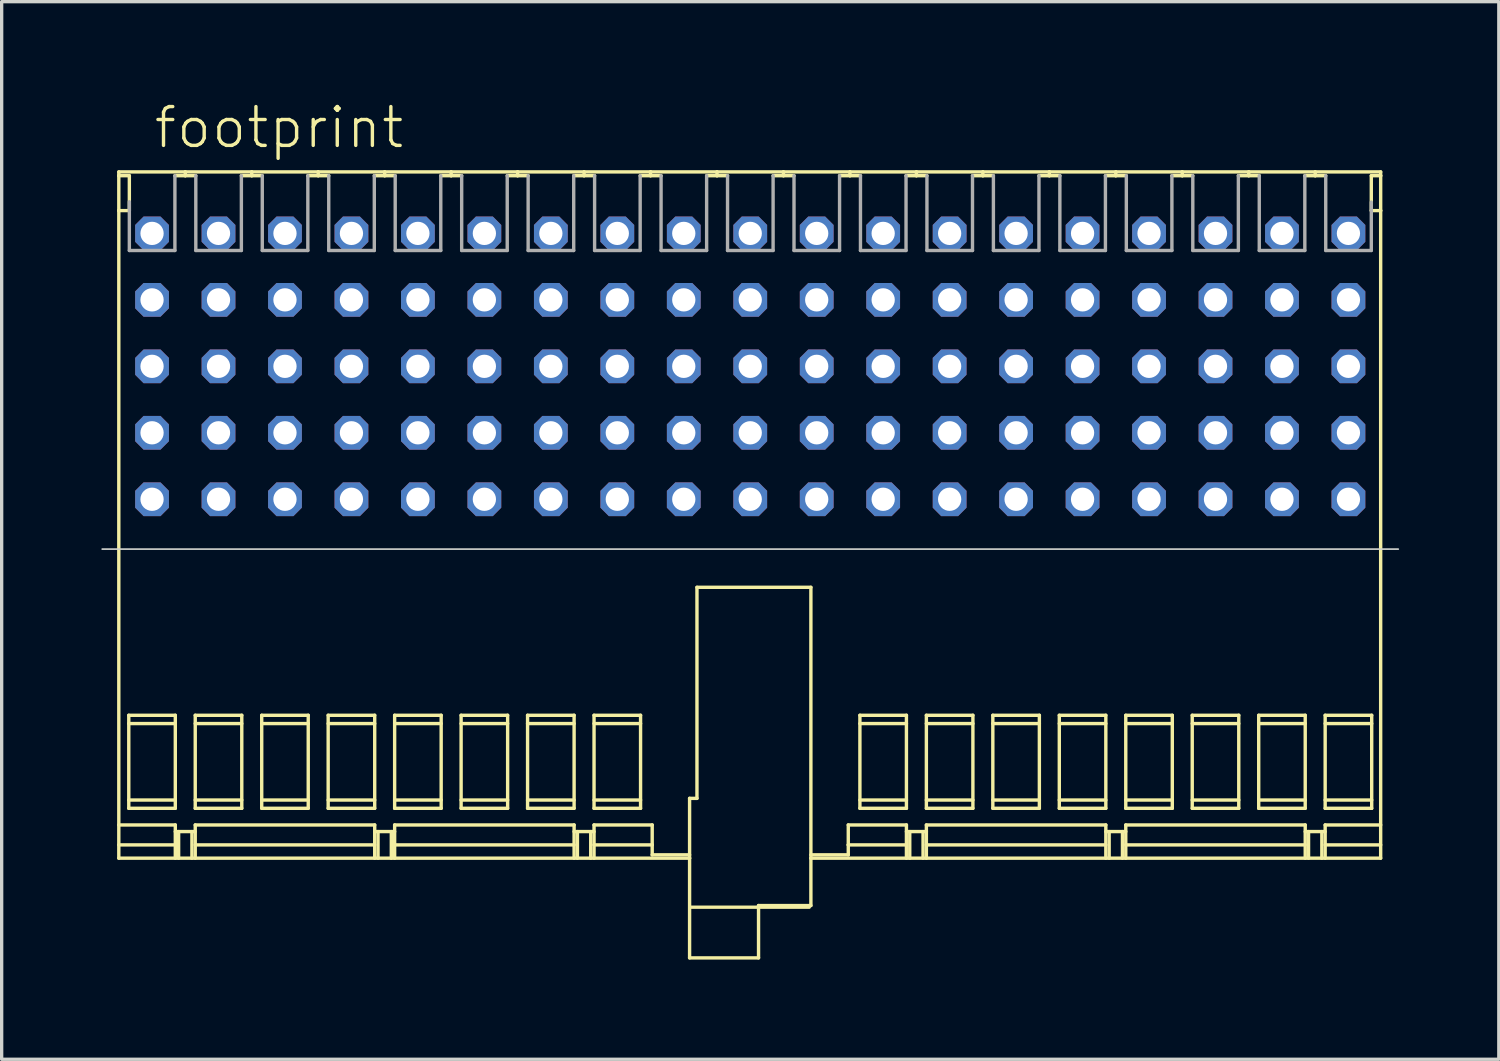
<source format=kicad_pcb>
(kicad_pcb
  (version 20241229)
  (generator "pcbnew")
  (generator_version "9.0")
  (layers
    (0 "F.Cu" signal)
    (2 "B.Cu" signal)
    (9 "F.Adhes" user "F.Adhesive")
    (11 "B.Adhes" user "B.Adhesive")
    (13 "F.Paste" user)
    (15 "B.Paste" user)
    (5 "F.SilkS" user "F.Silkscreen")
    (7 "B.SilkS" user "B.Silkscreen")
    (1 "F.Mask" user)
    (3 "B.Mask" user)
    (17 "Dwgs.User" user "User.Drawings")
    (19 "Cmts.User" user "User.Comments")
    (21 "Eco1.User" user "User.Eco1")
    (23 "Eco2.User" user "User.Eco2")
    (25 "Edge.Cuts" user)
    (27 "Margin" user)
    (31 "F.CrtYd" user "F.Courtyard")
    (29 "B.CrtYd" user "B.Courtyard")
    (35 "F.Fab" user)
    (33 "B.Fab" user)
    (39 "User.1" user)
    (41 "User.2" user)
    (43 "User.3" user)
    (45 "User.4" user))
  (footprint "footprint"
    (layer "F.Cu")
    (at 19.525 11.973)
    (property "Reference" "footprint" (at -18 -10.5 0) (layer "F.SilkS") (effects (font (size 1.168 1.168) (thickness 0.102)) (justify left bottom)))
    (fp_line (start -19 -9.85) (end -17 -9.85) (stroke (width 0.102) (type solid)) (layer "F.SilkS"))
    (fp_line (start -19 -9.736) (end -19 -9.85) (stroke (width 0.102) (type solid)) (layer "F.SilkS"))
    (fp_line (start -19 -9.736) (end -19 -8.686) (stroke (width 0.102) (type solid)) (layer "F.SilkS"))
    (fp_line (start -19 -8.686) (end -18.683 -8.686) (stroke (width 0.102) (type solid)) (layer "F.SilkS"))
    (fp_line (start -19 9.8) (end -17.3 9.8) (stroke (width 0.102) (type solid)) (layer "F.SilkS"))
    (fp_line (start -19 10.4) (end -17.3 10.4) (stroke (width 0.102) (type solid)) (layer "F.SilkS"))
    (fp_line (start -19 10.8) (end -19 -8.686) (stroke (width 0.102) (type solid)) (layer "F.SilkS"))
    (fp_line (start -18.7 6.5) (end -18.7 9.3) (stroke (width 0.102) (type solid)) (layer "F.SilkS"))
    (fp_line (start -18.7 6.75) (end -17.3 6.75) (stroke (width 0.102) (type solid)) (layer "F.SilkS"))
    (fp_line (start -18.7 9.05) (end -17.3 9.05) (stroke (width 0.102) (type solid)) (layer "F.SilkS"))
    (fp_line (start -18.7 9.3) (end -17.3 9.3) (stroke (width 0.102) (type solid)) (layer "F.SilkS"))
    (fp_line (start -18.683 -9.736) (end -19 -9.736) (stroke (width 0.102) (type solid)) (layer "F.SilkS"))
    (fp_line (start -18.683 -8.686) (end -18.683 -9.736) (stroke (width 0.102) (type solid)) (layer "F.SilkS"))
    (fp_line (start -17.3 6.5) (end -18.7 6.5) (stroke (width 0.102) (type solid)) (layer "F.SilkS"))
    (fp_line (start -17.3 9.3) (end -17.3 6.5) (stroke (width 0.102) (type solid)) (layer "F.SilkS"))
    (fp_line (start -17.3 9.8) (end -17.3 10.8) (stroke (width 0.102) (type solid)) (layer "F.SilkS"))
    (fp_line (start -17.3 10) (end -16.7 10) (stroke (width 0.102) (type solid)) (layer "F.SilkS"))
    (fp_line (start -17.2 10.8) (end -17.2 10) (stroke (width 0.102) (type solid)) (layer "F.SilkS"))
    (fp_line (start -17 -9.85) (end -17 -9.736) (stroke (width 0.102) (type solid)) (layer "F.SilkS"))
    (fp_line (start -17 -9.85) (end -15 -9.85) (stroke (width 0.102) (type solid)) (layer "F.SilkS"))
    (fp_line (start -17 -9.736) (end -17.312 -9.736) (stroke (width 0.102) (type solid)) (layer "F.SilkS"))
    (fp_line (start -16.8 10.8) (end -16.8 10) (stroke (width 0.102) (type solid)) (layer "F.SilkS"))
    (fp_line (start -16.7 6.5) (end -16.7 9.3) (stroke (width 0.102) (type solid)) (layer "F.SilkS"))
    (fp_line (start -16.7 6.75) (end -15.3 6.75) (stroke (width 0.102) (type solid)) (layer "F.SilkS"))
    (fp_line (start -16.7 9.05) (end -15.3 9.05) (stroke (width 0.102) (type solid)) (layer "F.SilkS"))
    (fp_line (start -16.7 9.3) (end -15.3 9.3) (stroke (width 0.102) (type solid)) (layer "F.SilkS"))
    (fp_line (start -16.7 9.8) (end -11.3 9.8) (stroke (width 0.102) (type solid)) (layer "F.SilkS"))
    (fp_line (start -16.7 10.4) (end -11.3 10.4) (stroke (width 0.102) (type solid)) (layer "F.SilkS"))
    (fp_line (start -16.7 10.8) (end -16.7 9.8) (stroke (width 0.102) (type solid)) (layer "F.SilkS"))
    (fp_line (start -16.683 -9.736) (end -17 -9.736) (stroke (width 0.102) (type solid)) (layer "F.SilkS"))
    (fp_line (start -15.3 6.5) (end -16.7 6.5) (stroke (width 0.102) (type solid)) (layer "F.SilkS"))
    (fp_line (start -15.3 9.3) (end -15.3 6.5) (stroke (width 0.102) (type solid)) (layer "F.SilkS"))
    (fp_line (start -15 -9.85) (end -15 -9.736) (stroke (width 0.102) (type solid)) (layer "F.SilkS"))
    (fp_line (start -15 -9.85) (end -13 -9.85) (stroke (width 0.102) (type solid)) (layer "F.SilkS"))
    (fp_line (start -15 -9.736) (end -15.312 -9.736) (stroke (width 0.102) (type solid)) (layer "F.SilkS"))
    (fp_line (start -14.7 6.5) (end -14.7 9.3) (stroke (width 0.102) (type solid)) (layer "F.SilkS"))
    (fp_line (start -14.7 6.75) (end -13.3 6.75) (stroke (width 0.102) (type solid)) (layer "F.SilkS"))
    (fp_line (start -14.7 9.05) (end -13.3 9.05) (stroke (width 0.102) (type solid)) (layer "F.SilkS"))
    (fp_line (start -14.7 9.3) (end -13.3 9.3) (stroke (width 0.102) (type solid)) (layer "F.SilkS"))
    (fp_line (start -14.683 -9.736) (end -15 -9.736) (stroke (width 0.102) (type solid)) (layer "F.SilkS"))
    (fp_line (start -13.3 6.5) (end -14.7 6.5) (stroke (width 0.102) (type solid)) (layer "F.SilkS"))
    (fp_line (start -13.3 9.3) (end -13.3 6.5) (stroke (width 0.102) (type solid)) (layer "F.SilkS"))
    (fp_line (start -13 -9.85) (end -13 -9.736) (stroke (width 0.102) (type solid)) (layer "F.SilkS"))
    (fp_line (start -13 -9.85) (end -11 -9.85) (stroke (width 0.102) (type solid)) (layer "F.SilkS"))
    (fp_line (start -13 -9.736) (end -13.312 -9.736) (stroke (width 0.102) (type solid)) (layer "F.SilkS"))
    (fp_line (start -12.7 6.5) (end -12.7 9.3) (stroke (width 0.102) (type solid)) (layer "F.SilkS"))
    (fp_line (start -12.7 6.75) (end -11.3 6.75) (stroke (width 0.102) (type solid)) (layer "F.SilkS"))
    (fp_line (start -12.7 9.05) (end -11.3 9.05) (stroke (width 0.102) (type solid)) (layer "F.SilkS"))
    (fp_line (start -12.7 9.3) (end -11.3 9.3) (stroke (width 0.102) (type solid)) (layer "F.SilkS"))
    (fp_line (start -12.683 -9.736) (end -13 -9.736) (stroke (width 0.102) (type solid)) (layer "F.SilkS"))
    (fp_line (start -11.3 6.5) (end -12.7 6.5) (stroke (width 0.102) (type solid)) (layer "F.SilkS"))
    (fp_line (start -11.3 9.3) (end -11.3 6.5) (stroke (width 0.102) (type solid)) (layer "F.SilkS"))
    (fp_line (start -11.3 9.8) (end -11.3 10.8) (stroke (width 0.102) (type solid)) (layer "F.SilkS"))
    (fp_line (start -11.3 10) (end -10.7 10) (stroke (width 0.102) (type solid)) (layer "F.SilkS"))
    (fp_line (start -11.2 10.8) (end -11.2 10) (stroke (width 0.102) (type solid)) (layer "F.SilkS"))
    (fp_line (start -11 -9.85) (end -11 -9.736) (stroke (width 0.102) (type solid)) (layer "F.SilkS"))
    (fp_line (start -11 -9.85) (end -9 -9.85) (stroke (width 0.102) (type solid)) (layer "F.SilkS"))
    (fp_line (start -11 -9.736) (end -11.312 -9.736) (stroke (width 0.102) (type solid)) (layer "F.SilkS"))
    (fp_line (start -10.8 10.8) (end -10.8 10) (stroke (width 0.102) (type solid)) (layer "F.SilkS"))
    (fp_line (start -10.7 6.5) (end -10.7 9.3) (stroke (width 0.102) (type solid)) (layer "F.SilkS"))
    (fp_line (start -10.7 6.75) (end -9.3 6.75) (stroke (width 0.102) (type solid)) (layer "F.SilkS"))
    (fp_line (start -10.7 9.05) (end -9.3 9.05) (stroke (width 0.102) (type solid)) (layer "F.SilkS"))
    (fp_line (start -10.7 9.3) (end -9.3 9.3) (stroke (width 0.102) (type solid)) (layer "F.SilkS"))
    (fp_line (start -10.7 9.8) (end -5.3 9.8) (stroke (width 0.102) (type solid)) (layer "F.SilkS"))
    (fp_line (start -10.7 10.4) (end -5.3 10.4) (stroke (width 0.102) (type solid)) (layer "F.SilkS"))
    (fp_line (start -10.7 10.8) (end -10.7 9.8) (stroke (width 0.102) (type solid)) (layer "F.SilkS"))
    (fp_line (start -10.683 -9.736) (end -11 -9.736) (stroke (width 0.102) (type solid)) (layer "F.SilkS"))
    (fp_line (start -9.3 6.5) (end -10.7 6.5) (stroke (width 0.102) (type solid)) (layer "F.SilkS"))
    (fp_line (start -9.3 9.3) (end -9.3 6.5) (stroke (width 0.102) (type solid)) (layer "F.SilkS"))
    (fp_line (start -9 -9.85) (end -9 -9.736) (stroke (width 0.102) (type solid)) (layer "F.SilkS"))
    (fp_line (start -9 -9.85) (end -7 -9.85) (stroke (width 0.102) (type solid)) (layer "F.SilkS"))
    (fp_line (start -9 -9.736) (end -9.312 -9.736) (stroke (width 0.102) (type solid)) (layer "F.SilkS"))
    (fp_line (start -8.7 6.5) (end -8.7 9.3) (stroke (width 0.102) (type solid)) (layer "F.SilkS"))
    (fp_line (start -8.7 6.75) (end -7.3 6.75) (stroke (width 0.102) (type solid)) (layer "F.SilkS"))
    (fp_line (start -8.7 9.05) (end -7.3 9.05) (stroke (width 0.102) (type solid)) (layer "F.SilkS"))
    (fp_line (start -8.7 9.3) (end -7.3 9.3) (stroke (width 0.102) (type solid)) (layer "F.SilkS"))
    (fp_line (start -8.683 -9.736) (end -9 -9.736) (stroke (width 0.102) (type solid)) (layer "F.SilkS"))
    (fp_line (start -7.3 6.5) (end -8.7 6.5) (stroke (width 0.102) (type solid)) (layer "F.SilkS"))
    (fp_line (start -7.3 9.3) (end -7.3 6.5) (stroke (width 0.102) (type solid)) (layer "F.SilkS"))
    (fp_line (start -7 -9.85) (end -7 -9.736) (stroke (width 0.102) (type solid)) (layer "F.SilkS"))
    (fp_line (start -7 -9.85) (end -5 -9.85) (stroke (width 0.102) (type solid)) (layer "F.SilkS"))
    (fp_line (start -7 -9.736) (end -7.312 -9.736) (stroke (width 0.102) (type solid)) (layer "F.SilkS"))
    (fp_line (start -6.7 6.5) (end -6.7 9.3) (stroke (width 0.102) (type solid)) (layer "F.SilkS"))
    (fp_line (start -6.7 6.75) (end -5.3 6.75) (stroke (width 0.102) (type solid)) (layer "F.SilkS"))
    (fp_line (start -6.7 9.05) (end -5.3 9.05) (stroke (width 0.102) (type solid)) (layer "F.SilkS"))
    (fp_line (start -6.7 9.3) (end -5.3 9.3) (stroke (width 0.102) (type solid)) (layer "F.SilkS"))
    (fp_line (start -6.683 -9.736) (end -7 -9.736) (stroke (width 0.102) (type solid)) (layer "F.SilkS"))
    (fp_line (start -5.3 6.5) (end -6.7 6.5) (stroke (width 0.102) (type solid)) (layer "F.SilkS"))
    (fp_line (start -5.3 9.3) (end -5.3 6.5) (stroke (width 0.102) (type solid)) (layer "F.SilkS"))
    (fp_line (start -5.3 9.8) (end -5.3 10.8) (stroke (width 0.102) (type solid)) (layer "F.SilkS"))
    (fp_line (start -5.2 10.8) (end -5.2 10) (stroke (width 0.102) (type solid)) (layer "F.SilkS"))
    (fp_line (start -5 -9.85) (end -5 -9.736) (stroke (width 0.102) (type solid)) (layer "F.SilkS"))
    (fp_line (start -5 -9.85) (end -3 -9.85) (stroke (width 0.102) (type solid)) (layer "F.SilkS"))
    (fp_line (start -5 -9.736) (end -5.312 -9.736) (stroke (width 0.102) (type solid)) (layer "F.SilkS"))
    (fp_line (start -4.8 10.8) (end -4.8 10) (stroke (width 0.102) (type solid)) (layer "F.SilkS"))
    (fp_line (start -4.7 6.5) (end -3.3 6.5) (stroke (width 0.102) (type solid)) (layer "F.SilkS"))
    (fp_line (start -4.7 9.3) (end -4.7 6.5) (stroke (width 0.102) (type solid)) (layer "F.SilkS"))
    (fp_line (start -4.7 9.8) (end -4.7 10.8) (stroke (width 0.102) (type solid)) (layer "F.SilkS"))
    (fp_line (start -4.7 10) (end -5.3 10) (stroke (width 0.102) (type solid)) (layer "F.SilkS"))
    (fp_line (start -4.7 10.4) (end -2.95 10.4) (stroke (width 0.102) (type solid)) (layer "F.SilkS"))
    (fp_line (start -4.683 -9.736) (end -5 -9.736) (stroke (width 0.102) (type solid)) (layer "F.SilkS"))
    (fp_line (start -3.3 6.5) (end -3.3 9.3) (stroke (width 0.102) (type solid)) (layer "F.SilkS"))
    (fp_line (start -3.3 6.75) (end -4.7 6.75) (stroke (width 0.102) (type solid)) (layer "F.SilkS"))
    (fp_line (start -3.3 9.05) (end -4.7 9.05) (stroke (width 0.102) (type solid)) (layer "F.SilkS"))
    (fp_line (start -3.3 9.3) (end -4.7 9.3) (stroke (width 0.102) (type solid)) (layer "F.SilkS"))
    (fp_line (start -3 -9.85) (end -3 -9.736) (stroke (width 0.102) (type solid)) (layer "F.SilkS"))
    (fp_line (start -3 -9.85) (end -1 -9.85) (stroke (width 0.102) (type solid)) (layer "F.SilkS"))
    (fp_line (start -3 -9.736) (end -3.312 -9.736) (stroke (width 0.102) (type solid)) (layer "F.SilkS"))
    (fp_line (start -2.95 9.8) (end -4.7 9.8) (stroke (width 0.102) (type solid)) (layer "F.SilkS"))
    (fp_line (start -2.95 10.4) (end -2.95 9.8) (stroke (width 0.102) (type solid)) (layer "F.SilkS"))
    (fp_line (start -2.95 10.4) (end -2.95 10.7) (stroke (width 0.102) (type solid)) (layer "F.SilkS"))
    (fp_line (start -2.95 10.7) (end -1.825 10.7) (stroke (width 0.102) (type solid)) (layer "F.SilkS"))
    (fp_line (start -2.683 -9.736) (end -3 -9.736) (stroke (width 0.102) (type solid)) (layer "F.SilkS"))
    (fp_line (start -1.825 9) (end -1.603 9) (stroke (width 0.102) (type solid)) (layer "F.SilkS"))
    (fp_line (start -1.825 10.8) (end -19 10.8) (stroke (width 0.102) (type solid)) (layer "F.SilkS"))
    (fp_line (start -1.825 10.8) (end -1.825 9) (stroke (width 0.102) (type solid)) (layer "F.SilkS"))
    (fp_line (start -1.825 13.8) (end -1.825 10.8) (stroke (width 0.102) (type solid)) (layer "F.SilkS"))
    (fp_line (start -1.775 12.275) (end 1.775 12.275) (stroke (width 0.102) (type solid)) (layer "F.SilkS"))
    (fp_line (start -1.603 2.65) (end 1.825 2.65) (stroke (width 0.102) (type solid)) (layer "F.SilkS"))
    (fp_line (start -1.603 9) (end -1.603 2.65) (stroke (width 0.102) (type solid)) (layer "F.SilkS"))
    (fp_line (start -1 -9.85) (end -1 -9.736) (stroke (width 0.102) (type solid)) (layer "F.SilkS"))
    (fp_line (start -1 -9.85) (end 1 -9.85) (stroke (width 0.102) (type solid)) (layer "F.SilkS"))
    (fp_line (start -1 -9.736) (end -1.312 -9.736) (stroke (width 0.102) (type solid)) (layer "F.SilkS"))
    (fp_line (start -0.683 -9.736) (end -1 -9.736) (stroke (width 0.102) (type solid)) (layer "F.SilkS"))
    (fp_line (start 0.25 12.225) (end 0.25 13.8) (stroke (width 0.102) (type solid)) (layer "F.SilkS"))
    (fp_line (start 0.25 13.8) (end -1.825 13.8) (stroke (width 0.102) (type solid)) (layer "F.SilkS"))
    (fp_line (start 1 -9.85) (end 1 -9.736) (stroke (width 0.102) (type solid)) (layer "F.SilkS"))
    (fp_line (start 1 -9.85) (end 3 -9.85) (stroke (width 0.102) (type solid)) (layer "F.SilkS"))
    (fp_line (start 1 -9.736) (end 0.688 -9.736) (stroke (width 0.102) (type solid)) (layer "F.SilkS"))
    (fp_line (start 1.317 -9.736) (end 1 -9.736) (stroke (width 0.102) (type solid)) (layer "F.SilkS"))
    (fp_line (start 1.825 2.65) (end 1.825 10.8) (stroke (width 0.102) (type solid)) (layer "F.SilkS"))
    (fp_line (start 1.825 10.8) (end 1.825 12.225) (stroke (width 0.102) (type solid)) (layer "F.SilkS"))
    (fp_line (start 1.825 12.225) (end 0.25 12.225) (stroke (width 0.102) (type solid)) (layer "F.SilkS"))
    (fp_line (start 2.95 9.8) (end 2.95 10.4) (stroke (width 0.102) (type solid)) (layer "F.SilkS"))
    (fp_line (start 2.95 10.4) (end 2.95 10.7) (stroke (width 0.102) (type solid)) (layer "F.SilkS"))
    (fp_line (start 2.95 10.4) (end 4.7 10.4) (stroke (width 0.102) (type solid)) (layer "F.SilkS"))
    (fp_line (start 2.95 10.7) (end 1.825 10.7) (stroke (width 0.102) (type solid)) (layer "F.SilkS"))
    (fp_line (start 3 -9.85) (end 3 -9.736) (stroke (width 0.102) (type solid)) (layer "F.SilkS"))
    (fp_line (start 3 -9.85) (end 5 -9.85) (stroke (width 0.102) (type solid)) (layer "F.SilkS"))
    (fp_line (start 3 -9.736) (end 2.688 -9.736) (stroke (width 0.102) (type solid)) (layer "F.SilkS"))
    (fp_line (start 3.3 6.5) (end 4.7 6.5) (stroke (width 0.102) (type solid)) (layer "F.SilkS"))
    (fp_line (start 3.3 9.3) (end 3.3 6.5) (stroke (width 0.102) (type solid)) (layer "F.SilkS"))
    (fp_line (start 3.317 -9.736) (end 3 -9.736) (stroke (width 0.102) (type solid)) (layer "F.SilkS"))
    (fp_line (start 4.7 6.5) (end 4.7 9.3) (stroke (width 0.102) (type solid)) (layer "F.SilkS"))
    (fp_line (start 4.7 6.75) (end 3.3 6.75) (stroke (width 0.102) (type solid)) (layer "F.SilkS"))
    (fp_line (start 4.7 9.05) (end 3.3 9.05) (stroke (width 0.102) (type solid)) (layer "F.SilkS"))
    (fp_line (start 4.7 9.3) (end 3.3 9.3) (stroke (width 0.102) (type solid)) (layer "F.SilkS"))
    (fp_line (start 4.7 9.8) (end 2.95 9.8) (stroke (width 0.102) (type solid)) (layer "F.SilkS"))
    (fp_line (start 4.7 10.8) (end 4.7 9.8) (stroke (width 0.102) (type solid)) (layer "F.SilkS"))
    (fp_line (start 4.8 10.8) (end 4.8 10) (stroke (width 0.102) (type solid)) (layer "F.SilkS"))
    (fp_line (start 5 -9.85) (end 5 -9.736) (stroke (width 0.102) (type solid)) (layer "F.SilkS"))
    (fp_line (start 5 -9.85) (end 7 -9.85) (stroke (width 0.102) (type solid)) (layer "F.SilkS"))
    (fp_line (start 5 -9.736) (end 4.688 -9.736) (stroke (width 0.102) (type solid)) (layer "F.SilkS"))
    (fp_line (start 5.2 10.8) (end 5.2 10) (stroke (width 0.102) (type solid)) (layer "F.SilkS"))
    (fp_line (start 5.3 6.5) (end 6.7 6.5) (stroke (width 0.102) (type solid)) (layer "F.SilkS"))
    (fp_line (start 5.3 9.3) (end 5.3 6.5) (stroke (width 0.102) (type solid)) (layer "F.SilkS"))
    (fp_line (start 5.3 9.8) (end 5.3 10.8) (stroke (width 0.102) (type solid)) (layer "F.SilkS"))
    (fp_line (start 5.3 10) (end 4.7 10) (stroke (width 0.102) (type solid)) (layer "F.SilkS"))
    (fp_line (start 5.317 -9.736) (end 5 -9.736) (stroke (width 0.102) (type solid)) (layer "F.SilkS"))
    (fp_line (start 6.7 6.5) (end 6.7 9.3) (stroke (width 0.102) (type solid)) (layer "F.SilkS"))
    (fp_line (start 6.7 6.75) (end 5.3 6.75) (stroke (width 0.102) (type solid)) (layer "F.SilkS"))
    (fp_line (start 6.7 9.05) (end 5.3 9.05) (stroke (width 0.102) (type solid)) (layer "F.SilkS"))
    (fp_line (start 6.7 9.3) (end 5.3 9.3) (stroke (width 0.102) (type solid)) (layer "F.SilkS"))
    (fp_line (start 7 -9.85) (end 7 -9.736) (stroke (width 0.102) (type solid)) (layer "F.SilkS"))
    (fp_line (start 7 -9.85) (end 9 -9.85) (stroke (width 0.102) (type solid)) (layer "F.SilkS"))
    (fp_line (start 7 -9.736) (end 6.688 -9.736) (stroke (width 0.102) (type solid)) (layer "F.SilkS"))
    (fp_line (start 7.3 6.5) (end 8.7 6.5) (stroke (width 0.102) (type solid)) (layer "F.SilkS"))
    (fp_line (start 7.3 9.3) (end 7.3 6.5) (stroke (width 0.102) (type solid)) (layer "F.SilkS"))
    (fp_line (start 7.317 -9.736) (end 7 -9.736) (stroke (width 0.102) (type solid)) (layer "F.SilkS"))
    (fp_line (start 8.7 6.5) (end 8.7 9.3) (stroke (width 0.102) (type solid)) (layer "F.SilkS"))
    (fp_line (start 8.7 6.75) (end 7.3 6.75) (stroke (width 0.102) (type solid)) (layer "F.SilkS"))
    (fp_line (start 8.7 9.05) (end 7.3 9.05) (stroke (width 0.102) (type solid)) (layer "F.SilkS"))
    (fp_line (start 8.7 9.3) (end 7.3 9.3) (stroke (width 0.102) (type solid)) (layer "F.SilkS"))
    (fp_line (start 9 -9.85) (end 9 -9.736) (stroke (width 0.102) (type solid)) (layer "F.SilkS"))
    (fp_line (start 9 -9.85) (end 11 -9.85) (stroke (width 0.102) (type solid)) (layer "F.SilkS"))
    (fp_line (start 9 -9.736) (end 8.688 -9.736) (stroke (width 0.102) (type solid)) (layer "F.SilkS"))
    (fp_line (start 9.3 6.5) (end 10.7 6.5) (stroke (width 0.102) (type solid)) (layer "F.SilkS"))
    (fp_line (start 9.3 9.3) (end 9.3 6.5) (stroke (width 0.102) (type solid)) (layer "F.SilkS"))
    (fp_line (start 9.317 -9.736) (end 9 -9.736) (stroke (width 0.102) (type solid)) (layer "F.SilkS"))
    (fp_line (start 10.7 6.5) (end 10.7 9.3) (stroke (width 0.102) (type solid)) (layer "F.SilkS"))
    (fp_line (start 10.7 6.75) (end 9.3 6.75) (stroke (width 0.102) (type solid)) (layer "F.SilkS"))
    (fp_line (start 10.7 9.05) (end 9.3 9.05) (stroke (width 0.102) (type solid)) (layer "F.SilkS"))
    (fp_line (start 10.7 9.3) (end 9.3 9.3) (stroke (width 0.102) (type solid)) (layer "F.SilkS"))
    (fp_line (start 10.7 9.8) (end 5.3 9.8) (stroke (width 0.102) (type solid)) (layer "F.SilkS"))
    (fp_line (start 10.7 10.4) (end 5.3 10.4) (stroke (width 0.102) (type solid)) (layer "F.SilkS"))
    (fp_line (start 10.7 10.8) (end 10.7 9.8) (stroke (width 0.102) (type solid)) (layer "F.SilkS"))
    (fp_line (start 10.8 10.8) (end 10.8 10) (stroke (width 0.102) (type solid)) (layer "F.SilkS"))
    (fp_line (start 11 -9.85) (end 11 -9.736) (stroke (width 0.102) (type solid)) (layer "F.SilkS"))
    (fp_line (start 11 -9.85) (end 13 -9.85) (stroke (width 0.102) (type solid)) (layer "F.SilkS"))
    (fp_line (start 11 -9.736) (end 10.688 -9.736) (stroke (width 0.102) (type solid)) (layer "F.SilkS"))
    (fp_line (start 11.2 10.8) (end 11.2 10) (stroke (width 0.102) (type solid)) (layer "F.SilkS"))
    (fp_line (start 11.3 6.5) (end 12.7 6.5) (stroke (width 0.102) (type solid)) (layer "F.SilkS"))
    (fp_line (start 11.3 9.3) (end 11.3 6.5) (stroke (width 0.102) (type solid)) (layer "F.SilkS"))
    (fp_line (start 11.3 9.8) (end 11.3 10.8) (stroke (width 0.102) (type solid)) (layer "F.SilkS"))
    (fp_line (start 11.3 10) (end 10.7 10) (stroke (width 0.102) (type solid)) (layer "F.SilkS"))
    (fp_line (start 11.317 -9.736) (end 11 -9.736) (stroke (width 0.102) (type solid)) (layer "F.SilkS"))
    (fp_line (start 12.7 6.5) (end 12.7 9.3) (stroke (width 0.102) (type solid)) (layer "F.SilkS"))
    (fp_line (start 12.7 6.75) (end 11.3 6.75) (stroke (width 0.102) (type solid)) (layer "F.SilkS"))
    (fp_line (start 12.7 9.05) (end 11.3 9.05) (stroke (width 0.102) (type solid)) (layer "F.SilkS"))
    (fp_line (start 12.7 9.3) (end 11.3 9.3) (stroke (width 0.102) (type solid)) (layer "F.SilkS"))
    (fp_line (start 13 -9.85) (end 13 -9.736) (stroke (width 0.102) (type solid)) (layer "F.SilkS"))
    (fp_line (start 13 -9.85) (end 15 -9.85) (stroke (width 0.102) (type solid)) (layer "F.SilkS"))
    (fp_line (start 13 -9.736) (end 12.688 -9.736) (stroke (width 0.102) (type solid)) (layer "F.SilkS"))
    (fp_line (start 13.3 6.5) (end 14.7 6.5) (stroke (width 0.102) (type solid)) (layer "F.SilkS"))
    (fp_line (start 13.3 9.3) (end 13.3 6.5) (stroke (width 0.102) (type solid)) (layer "F.SilkS"))
    (fp_line (start 13.317 -9.736) (end 13 -9.736) (stroke (width 0.102) (type solid)) (layer "F.SilkS"))
    (fp_line (start 14.7 6.5) (end 14.7 9.3) (stroke (width 0.102) (type solid)) (layer "F.SilkS"))
    (fp_line (start 14.7 6.75) (end 13.3 6.75) (stroke (width 0.102) (type solid)) (layer "F.SilkS"))
    (fp_line (start 14.7 9.05) (end 13.3 9.05) (stroke (width 0.102) (type solid)) (layer "F.SilkS"))
    (fp_line (start 14.7 9.3) (end 13.3 9.3) (stroke (width 0.102) (type solid)) (layer "F.SilkS"))
    (fp_line (start 15 -9.85) (end 15 -9.736) (stroke (width 0.102) (type solid)) (layer "F.SilkS"))
    (fp_line (start 15 -9.85) (end 17 -9.85) (stroke (width 0.102) (type solid)) (layer "F.SilkS"))
    (fp_line (start 15 -9.736) (end 14.688 -9.736) (stroke (width 0.102) (type solid)) (layer "F.SilkS"))
    (fp_line (start 15.3 6.5) (end 16.7 6.5) (stroke (width 0.102) (type solid)) (layer "F.SilkS"))
    (fp_line (start 15.3 9.3) (end 15.3 6.5) (stroke (width 0.102) (type solid)) (layer "F.SilkS"))
    (fp_line (start 15.317 -9.736) (end 15 -9.736) (stroke (width 0.102) (type solid)) (layer "F.SilkS"))
    (fp_line (start 16.7 6.5) (end 16.7 9.3) (stroke (width 0.102) (type solid)) (layer "F.SilkS"))
    (fp_line (start 16.7 6.75) (end 15.3 6.75) (stroke (width 0.102) (type solid)) (layer "F.SilkS"))
    (fp_line (start 16.7 9.05) (end 15.3 9.05) (stroke (width 0.102) (type solid)) (layer "F.SilkS"))
    (fp_line (start 16.7 9.3) (end 15.3 9.3) (stroke (width 0.102) (type solid)) (layer "F.SilkS"))
    (fp_line (start 16.7 9.8) (end 11.3 9.8) (stroke (width 0.102) (type solid)) (layer "F.SilkS"))
    (fp_line (start 16.7 10.4) (end 11.3 10.4) (stroke (width 0.102) (type solid)) (layer "F.SilkS"))
    (fp_line (start 16.7 10.8) (end 16.7 9.8) (stroke (width 0.102) (type solid)) (layer "F.SilkS"))
    (fp_line (start 16.8 10.8) (end 16.8 10) (stroke (width 0.102) (type solid)) (layer "F.SilkS"))
    (fp_line (start 17 -9.85) (end 17 -9.736) (stroke (width 0.102) (type solid)) (layer "F.SilkS"))
    (fp_line (start 17 -9.85) (end 18.97 -9.85) (stroke (width 0.102) (type solid)) (layer "F.SilkS"))
    (fp_line (start 17 -9.736) (end 16.688 -9.736) (stroke (width 0.102) (type solid)) (layer "F.SilkS"))
    (fp_line (start 17.2 10.8) (end 17.2 10) (stroke (width 0.102) (type solid)) (layer "F.SilkS"))
    (fp_line (start 17.3 6.5) (end 18.7 6.5) (stroke (width 0.102) (type solid)) (layer "F.SilkS"))
    (fp_line (start 17.3 9.3) (end 17.3 6.5) (stroke (width 0.102) (type solid)) (layer "F.SilkS"))
    (fp_line (start 17.3 9.8) (end 18.97 9.8) (stroke (width 0.102) (type solid)) (layer "F.SilkS"))
    (fp_line (start 17.3 10) (end 16.7 10) (stroke (width 0.102) (type solid)) (layer "F.SilkS"))
    (fp_line (start 17.3 10.8) (end 17.3 9.8) (stroke (width 0.102) (type solid)) (layer "F.SilkS"))
    (fp_line (start 17.317 -9.736) (end 17 -9.736) (stroke (width 0.102) (type solid)) (layer "F.SilkS"))
    (fp_line (start 18.688 -9.736) (end 18.688 -8.686) (stroke (width 0.102) (type solid)) (layer "F.SilkS"))
    (fp_line (start 18.7 6.5) (end 18.7 9.3) (stroke (width 0.102) (type solid)) (layer "F.SilkS"))
    (fp_line (start 18.7 6.75) (end 17.3 6.75) (stroke (width 0.102) (type solid)) (layer "F.SilkS"))
    (fp_line (start 18.7 9.05) (end 17.3 9.05) (stroke (width 0.102) (type solid)) (layer "F.SilkS"))
    (fp_line (start 18.7 9.3) (end 17.3 9.3) (stroke (width 0.102) (type solid)) (layer "F.SilkS"))
    (fp_line (start 18.97 -9.85) (end 18.97 -9.736) (stroke (width 0.102) (type solid)) (layer "F.SilkS"))
    (fp_line (start 18.97 -9.736) (end 18.688 -9.736) (stroke (width 0.102) (type solid)) (layer "F.SilkS"))
    (fp_line (start 18.97 -9.736) (end 18.97 -8.686) (stroke (width 0.102) (type solid)) (layer "F.SilkS"))
    (fp_line (start 18.97 -8.686) (end 18.688 -8.686) (stroke (width 0.102) (type solid)) (layer "F.SilkS"))
    (fp_line (start 18.97 -8.686) (end 18.97 10.8) (stroke (width 0.102) (type solid)) (layer "F.SilkS"))
    (fp_line (start 18.97 10.4) (end 17.3 10.4) (stroke (width 0.102) (type solid)) (layer "F.SilkS"))
    (fp_line (start 18.97 10.8) (end 1.825 10.8) (stroke (width 0.102) (type solid)) (layer "F.SilkS"))
    (fp_line (start 19.5 1.5) (end -19.5 1.5) (stroke (width 0.05) (type solid)) (layer "Edge.Cuts"))
    (fp_line (start -18.683 -7.486) (end -18.683 -8.952) (stroke (width 0.102) (type solid)) (layer "F.Fab"))
    (fp_line (start -17.312 -9.736) (end -17.312 -7.486) (stroke (width 0.102) (type solid)) (layer "F.Fab"))
    (fp_line (start -17.312 -7.486) (end -18.683 -7.486) (stroke (width 0.102) (type solid)) (layer "F.Fab"))
    (fp_line (start -16.683 -7.486) (end -16.683 -9.736) (stroke (width 0.102) (type solid)) (layer "F.Fab"))
    (fp_line (start -15.312 -9.736) (end -15.312 -7.486) (stroke (width 0.102) (type solid)) (layer "F.Fab"))
    (fp_line (start -15.312 -7.486) (end -16.683 -7.486) (stroke (width 0.102) (type solid)) (layer "F.Fab"))
    (fp_line (start -14.683 -7.486) (end -14.683 -9.736) (stroke (width 0.102) (type solid)) (layer "F.Fab"))
    (fp_line (start -13.312 -9.736) (end -13.312 -7.486) (stroke (width 0.102) (type solid)) (layer "F.Fab"))
    (fp_line (start -13.312 -7.486) (end -14.683 -7.486) (stroke (width 0.102) (type solid)) (layer "F.Fab"))
    (fp_line (start -12.683 -7.486) (end -12.683 -9.736) (stroke (width 0.102) (type solid)) (layer "F.Fab"))
    (fp_line (start -11.312 -9.736) (end -11.312 -7.486) (stroke (width 0.102) (type solid)) (layer "F.Fab"))
    (fp_line (start -11.312 -7.486) (end -12.683 -7.486) (stroke (width 0.102) (type solid)) (layer "F.Fab"))
    (fp_line (start -10.683 -7.486) (end -10.683 -9.736) (stroke (width 0.102) (type solid)) (layer "F.Fab"))
    (fp_line (start -9.312 -9.736) (end -9.312 -7.486) (stroke (width 0.102) (type solid)) (layer "F.Fab"))
    (fp_line (start -9.312 -7.486) (end -10.683 -7.486) (stroke (width 0.102) (type solid)) (layer "F.Fab"))
    (fp_line (start -8.683 -7.486) (end -8.683 -9.736) (stroke (width 0.102) (type solid)) (layer "F.Fab"))
    (fp_line (start -7.312 -9.736) (end -7.312 -7.486) (stroke (width 0.102) (type solid)) (layer "F.Fab"))
    (fp_line (start -7.312 -7.486) (end -8.683 -7.486) (stroke (width 0.102) (type solid)) (layer "F.Fab"))
    (fp_line (start -6.683 -7.486) (end -6.683 -9.736) (stroke (width 0.102) (type solid)) (layer "F.Fab"))
    (fp_line (start -5.312 -9.736) (end -5.312 -7.486) (stroke (width 0.102) (type solid)) (layer "F.Fab"))
    (fp_line (start -5.312 -7.486) (end -6.683 -7.486) (stroke (width 0.102) (type solid)) (layer "F.Fab"))
    (fp_line (start -4.683 -7.486) (end -4.683 -9.736) (stroke (width 0.102) (type solid)) (layer "F.Fab"))
    (fp_line (start -3.312 -9.736) (end -3.312 -7.486) (stroke (width 0.102) (type solid)) (layer "F.Fab"))
    (fp_line (start -3.312 -7.486) (end -4.683 -7.486) (stroke (width 0.102) (type solid)) (layer "F.Fab"))
    (fp_line (start -2.683 -7.486) (end -2.683 -9.736) (stroke (width 0.102) (type solid)) (layer "F.Fab"))
    (fp_line (start -1.312 -9.736) (end -1.312 -7.486) (stroke (width 0.102) (type solid)) (layer "F.Fab"))
    (fp_line (start -1.312 -7.486) (end -2.683 -7.486) (stroke (width 0.102) (type solid)) (layer "F.Fab"))
    (fp_line (start -0.683 -7.486) (end -0.683 -9.736) (stroke (width 0.102) (type solid)) (layer "F.Fab"))
    (fp_line (start 0.688 -9.736) (end 0.688 -7.486) (stroke (width 0.102) (type solid)) (layer "F.Fab"))
    (fp_line (start 0.688 -7.486) (end -0.683 -7.486) (stroke (width 0.102) (type solid)) (layer "F.Fab"))
    (fp_line (start 1.317 -7.486) (end 1.317 -9.736) (stroke (width 0.102) (type solid)) (layer "F.Fab"))
    (fp_line (start 2.688 -9.736) (end 2.688 -7.486) (stroke (width 0.102) (type solid)) (layer "F.Fab"))
    (fp_line (start 2.688 -7.486) (end 1.317 -7.486) (stroke (width 0.102) (type solid)) (layer "F.Fab"))
    (fp_line (start 3.317 -7.486) (end 3.317 -9.736) (stroke (width 0.102) (type solid)) (layer "F.Fab"))
    (fp_line (start 4.688 -9.736) (end 4.688 -7.486) (stroke (width 0.102) (type solid)) (layer "F.Fab"))
    (fp_line (start 4.688 -7.486) (end 3.317 -7.486) (stroke (width 0.102) (type solid)) (layer "F.Fab"))
    (fp_line (start 5.317 -7.486) (end 5.317 -9.736) (stroke (width 0.102) (type solid)) (layer "F.Fab"))
    (fp_line (start 6.688 -9.736) (end 6.688 -7.486) (stroke (width 0.102) (type solid)) (layer "F.Fab"))
    (fp_line (start 6.688 -7.486) (end 5.317 -7.486) (stroke (width 0.102) (type solid)) (layer "F.Fab"))
    (fp_line (start 7.317 -7.486) (end 7.317 -9.736) (stroke (width 0.102) (type solid)) (layer "F.Fab"))
    (fp_line (start 8.688 -9.736) (end 8.688 -7.486) (stroke (width 0.102) (type solid)) (layer "F.Fab"))
    (fp_line (start 8.688 -7.486) (end 7.317 -7.486) (stroke (width 0.102) (type solid)) (layer "F.Fab"))
    (fp_line (start 9.317 -7.486) (end 9.317 -9.736) (stroke (width 0.102) (type solid)) (layer "F.Fab"))
    (fp_line (start 10.688 -9.736) (end 10.688 -7.486) (stroke (width 0.102) (type solid)) (layer "F.Fab"))
    (fp_line (start 10.688 -7.486) (end 9.317 -7.486) (stroke (width 0.102) (type solid)) (layer "F.Fab"))
    (fp_line (start 11.317 -7.486) (end 11.317 -9.736) (stroke (width 0.102) (type solid)) (layer "F.Fab"))
    (fp_line (start 12.688 -9.736) (end 12.688 -7.486) (stroke (width 0.102) (type solid)) (layer "F.Fab"))
    (fp_line (start 12.688 -7.486) (end 11.317 -7.486) (stroke (width 0.102) (type solid)) (layer "F.Fab"))
    (fp_line (start 13.317 -7.486) (end 13.317 -9.736) (stroke (width 0.102) (type solid)) (layer "F.Fab"))
    (fp_line (start 14.688 -9.736) (end 14.688 -7.486) (stroke (width 0.102) (type solid)) (layer "F.Fab"))
    (fp_line (start 14.688 -7.486) (end 13.317 -7.486) (stroke (width 0.102) (type solid)) (layer "F.Fab"))
    (fp_line (start 15.317 -7.486) (end 15.317 -9.736) (stroke (width 0.102) (type solid)) (layer "F.Fab"))
    (fp_line (start 16.688 -9.736) (end 16.688 -7.486) (stroke (width 0.102) (type solid)) (layer "F.Fab"))
    (fp_line (start 16.688 -7.486) (end 15.317 -7.486) (stroke (width 0.102) (type solid)) (layer "F.Fab"))
    (fp_line (start 17.317 -7.486) (end 17.317 -9.736) (stroke (width 0.102) (type solid)) (layer "F.Fab"))
    (fp_line (start 18.688 -8.941) (end 18.688 -7.486) (stroke (width 0.102) (type solid)) (layer "F.Fab"))
    (fp_line (start 18.688 -7.486) (end 17.317 -7.486) (stroke (width 0.102) (type solid)) (layer "F.Fab"))
    (pad "A1" thru_hole roundrect (at 18 0 180) (size 1.016 1.016) (drill 0.7) (layers "*.Cu" "*.Mask") (roundrect_rratio 0.25) (chamfer_ratio 0.25) (chamfer top_left top_right bottom_left bottom_right))
    (pad "A2" thru_hole roundrect (at 16 0 180) (size 1.016 1.016) (drill 0.7) (layers "*.Cu" "*.Mask") (roundrect_rratio 0.25) (chamfer_ratio 0.25) (chamfer top_left top_right bottom_left bottom_right))
    (pad "A3" thru_hole roundrect (at 14 0 180) (size 1.016 1.016) (drill 0.7) (layers "*.Cu" "*.Mask") (roundrect_rratio 0.25) (chamfer_ratio 0.25) (chamfer top_left top_right bottom_left bottom_right))
    (pad "A4" thru_hole roundrect (at 12 0 180) (size 1.016 1.016) (drill 0.7) (layers "*.Cu" "*.Mask") (roundrect_rratio 0.25) (chamfer_ratio 0.25) (chamfer top_left top_right bottom_left bottom_right))
    (pad "A5" thru_hole roundrect (at 10 0 180) (size 1.016 1.016) (drill 0.7) (layers "*.Cu" "*.Mask") (roundrect_rratio 0.25) (chamfer_ratio 0.25) (chamfer top_left top_right bottom_left bottom_right))
    (pad "A6" thru_hole roundrect (at 8 0 180) (size 1.016 1.016) (drill 0.7) (layers "*.Cu" "*.Mask") (roundrect_rratio 0.25) (chamfer_ratio 0.25) (chamfer top_left top_right bottom_left bottom_right))
    (pad "A7" thru_hole roundrect (at 6 0 180) (size 1.016 1.016) (drill 0.7) (layers "*.Cu" "*.Mask") (roundrect_rratio 0.25) (chamfer_ratio 0.25) (chamfer top_left top_right bottom_left bottom_right))
    (pad "A8" thru_hole roundrect (at 4 0 180) (size 1.016 1.016) (drill 0.7) (layers "*.Cu" "*.Mask") (roundrect_rratio 0.25) (chamfer_ratio 0.25) (chamfer top_left top_right bottom_left bottom_right))
    (pad "A9" thru_hole roundrect (at 2 0 180) (size 1.016 1.016) (drill 0.7) (layers "*.Cu" "*.Mask") (roundrect_rratio 0.25) (chamfer_ratio 0.25) (chamfer top_left top_right bottom_left bottom_right))
    (pad "A10" thru_hole roundrect (at 0 0 180) (size 1.016 1.016) (drill 0.7) (layers "*.Cu" "*.Mask") (roundrect_rratio 0.25) (chamfer_ratio 0.25) (chamfer top_left top_right bottom_left bottom_right))
    (pad "A11" thru_hole roundrect (at -2 0 180) (size 1.016 1.016) (drill 0.7) (layers "*.Cu" "*.Mask") (roundrect_rratio 0.25) (chamfer_ratio 0.25) (chamfer top_left top_right bottom_left bottom_right))
    (pad "A12" thru_hole roundrect (at -4 0 180) (size 1.016 1.016) (drill 0.7) (layers "*.Cu" "*.Mask") (roundrect_rratio 0.25) (chamfer_ratio 0.25) (chamfer top_left top_right bottom_left bottom_right))
    (pad "A13" thru_hole roundrect (at -6 0 180) (size 1.016 1.016) (drill 0.7) (layers "*.Cu" "*.Mask") (roundrect_rratio 0.25) (chamfer_ratio 0.25) (chamfer top_left top_right bottom_left bottom_right))
    (pad "A14" thru_hole roundrect (at -8 0 180) (size 1.016 1.016) (drill 0.7) (layers "*.Cu" "*.Mask") (roundrect_rratio 0.25) (chamfer_ratio 0.25) (chamfer top_left top_right bottom_left bottom_right))
    (pad "A15" thru_hole roundrect (at -10 0 180) (size 1.016 1.016) (drill 0.7) (layers "*.Cu" "*.Mask") (roundrect_rratio 0.25) (chamfer_ratio 0.25) (chamfer top_left top_right bottom_left bottom_right))
    (pad "A16" thru_hole roundrect (at -12 0 180) (size 1.016 1.016) (drill 0.7) (layers "*.Cu" "*.Mask") (roundrect_rratio 0.25) (chamfer_ratio 0.25) (chamfer top_left top_right bottom_left bottom_right))
    (pad "A17" thru_hole roundrect (at -14 0 180) (size 1.016 1.016) (drill 0.7) (layers "*.Cu" "*.Mask") (roundrect_rratio 0.25) (chamfer_ratio 0.25) (chamfer top_left top_right bottom_left bottom_right))
    (pad "A18" thru_hole roundrect (at -16 0 180) (size 1.016 1.016) (drill 0.7) (layers "*.Cu" "*.Mask") (roundrect_rratio 0.25) (chamfer_ratio 0.25) (chamfer top_left top_right bottom_left bottom_right))
    (pad "A19" thru_hole roundrect (at -18 0 180) (size 1.016 1.016) (drill 0.7) (layers "*.Cu" "*.Mask") (roundrect_rratio 0.25) (chamfer_ratio 0.25) (chamfer top_left top_right bottom_left bottom_right))
    (pad "B1" thru_hole roundrect (at 18 -2 180) (size 1.016 1.016) (drill 0.7) (layers "*.Cu" "*.Mask") (roundrect_rratio 0.25) (chamfer_ratio 0.25) (chamfer top_left top_right bottom_left bottom_right))
    (pad "B2" thru_hole roundrect (at 16 -2 180) (size 1.016 1.016) (drill 0.7) (layers "*.Cu" "*.Mask") (roundrect_rratio 0.25) (chamfer_ratio 0.25) (chamfer top_left top_right bottom_left bottom_right))
    (pad "B3" thru_hole roundrect (at 14 -2 180) (size 1.016 1.016) (drill 0.7) (layers "*.Cu" "*.Mask") (roundrect_rratio 0.25) (chamfer_ratio 0.25) (chamfer top_left top_right bottom_left bottom_right))
    (pad "B4" thru_hole roundrect (at 12 -2 180) (size 1.016 1.016) (drill 0.7) (layers "*.Cu" "*.Mask") (roundrect_rratio 0.25) (chamfer_ratio 0.25) (chamfer top_left top_right bottom_left bottom_right))
    (pad "B5" thru_hole roundrect (at 10 -2 180) (size 1.016 1.016) (drill 0.7) (layers "*.Cu" "*.Mask") (roundrect_rratio 0.25) (chamfer_ratio 0.25) (chamfer top_left top_right bottom_left bottom_right))
    (pad "B6" thru_hole roundrect (at 8 -2 180) (size 1.016 1.016) (drill 0.7) (layers "*.Cu" "*.Mask") (roundrect_rratio 0.25) (chamfer_ratio 0.25) (chamfer top_left top_right bottom_left bottom_right))
    (pad "B7" thru_hole roundrect (at 6 -2 180) (size 1.016 1.016) (drill 0.7) (layers "*.Cu" "*.Mask") (roundrect_rratio 0.25) (chamfer_ratio 0.25) (chamfer top_left top_right bottom_left bottom_right))
    (pad "B8" thru_hole roundrect (at 4 -2 180) (size 1.016 1.016) (drill 0.7) (layers "*.Cu" "*.Mask") (roundrect_rratio 0.25) (chamfer_ratio 0.25) (chamfer top_left top_right bottom_left bottom_right))
    (pad "B9" thru_hole roundrect (at 2 -2 180) (size 1.016 1.016) (drill 0.7) (layers "*.Cu" "*.Mask") (roundrect_rratio 0.25) (chamfer_ratio 0.25) (chamfer top_left top_right bottom_left bottom_right))
    (pad "B10" thru_hole roundrect (at 0 -2 180) (size 1.016 1.016) (drill 0.7) (layers "*.Cu" "*.Mask") (roundrect_rratio 0.25) (chamfer_ratio 0.25) (chamfer top_left top_right bottom_left bottom_right))
    (pad "B11" thru_hole roundrect (at -2 -2 180) (size 1.016 1.016) (drill 0.7) (layers "*.Cu" "*.Mask") (roundrect_rratio 0.25) (chamfer_ratio 0.25) (chamfer top_left top_right bottom_left bottom_right))
    (pad "B12" thru_hole roundrect (at -4 -2 180) (size 1.016 1.016) (drill 0.7) (layers "*.Cu" "*.Mask") (roundrect_rratio 0.25) (chamfer_ratio 0.25) (chamfer top_left top_right bottom_left bottom_right))
    (pad "B13" thru_hole roundrect (at -6 -2 180) (size 1.016 1.016) (drill 0.7) (layers "*.Cu" "*.Mask") (roundrect_rratio 0.25) (chamfer_ratio 0.25) (chamfer top_left top_right bottom_left bottom_right))
    (pad "B14" thru_hole roundrect (at -8 -2 180) (size 1.016 1.016) (drill 0.7) (layers "*.Cu" "*.Mask") (roundrect_rratio 0.25) (chamfer_ratio 0.25) (chamfer top_left top_right bottom_left bottom_right))
    (pad "B15" thru_hole roundrect (at -10 -2 180) (size 1.016 1.016) (drill 0.7) (layers "*.Cu" "*.Mask") (roundrect_rratio 0.25) (chamfer_ratio 0.25) (chamfer top_left top_right bottom_left bottom_right))
    (pad "B16" thru_hole roundrect (at -12 -2 180) (size 1.016 1.016) (drill 0.7) (layers "*.Cu" "*.Mask") (roundrect_rratio 0.25) (chamfer_ratio 0.25) (chamfer top_left top_right bottom_left bottom_right))
    (pad "B17" thru_hole roundrect (at -14 -2 180) (size 1.016 1.016) (drill 0.7) (layers "*.Cu" "*.Mask") (roundrect_rratio 0.25) (chamfer_ratio 0.25) (chamfer top_left top_right bottom_left bottom_right))
    (pad "B18" thru_hole roundrect (at -16 -2 180) (size 1.016 1.016) (drill 0.7) (layers "*.Cu" "*.Mask") (roundrect_rratio 0.25) (chamfer_ratio 0.25) (chamfer top_left top_right bottom_left bottom_right))
    (pad "B19" thru_hole roundrect (at -18 -2 180) (size 1.016 1.016) (drill 0.7) (layers "*.Cu" "*.Mask") (roundrect_rratio 0.25) (chamfer_ratio 0.25) (chamfer top_left top_right bottom_left bottom_right))
    (pad "C1" thru_hole roundrect (at 18 -4 180) (size 1.016 1.016) (drill 0.7) (layers "*.Cu" "*.Mask") (roundrect_rratio 0.25) (chamfer_ratio 0.25) (chamfer top_left top_right bottom_left bottom_right))
    (pad "C2" thru_hole roundrect (at 16 -4 180) (size 1.016 1.016) (drill 0.7) (layers "*.Cu" "*.Mask") (roundrect_rratio 0.25) (chamfer_ratio 0.25) (chamfer top_left top_right bottom_left bottom_right))
    (pad "C3" thru_hole roundrect (at 14 -4 180) (size 1.016 1.016) (drill 0.7) (layers "*.Cu" "*.Mask") (roundrect_rratio 0.25) (chamfer_ratio 0.25) (chamfer top_left top_right bottom_left bottom_right))
    (pad "C4" thru_hole roundrect (at 12 -4 180) (size 1.016 1.016) (drill 0.7) (layers "*.Cu" "*.Mask") (roundrect_rratio 0.25) (chamfer_ratio 0.25) (chamfer top_left top_right bottom_left bottom_right))
    (pad "C5" thru_hole roundrect (at 10 -4 180) (size 1.016 1.016) (drill 0.7) (layers "*.Cu" "*.Mask") (roundrect_rratio 0.25) (chamfer_ratio 0.25) (chamfer top_left top_right bottom_left bottom_right))
    (pad "C6" thru_hole roundrect (at 8 -4 180) (size 1.016 1.016) (drill 0.7) (layers "*.Cu" "*.Mask") (roundrect_rratio 0.25) (chamfer_ratio 0.25) (chamfer top_left top_right bottom_left bottom_right))
    (pad "C7" thru_hole roundrect (at 6 -4 180) (size 1.016 1.016) (drill 0.7) (layers "*.Cu" "*.Mask") (roundrect_rratio 0.25) (chamfer_ratio 0.25) (chamfer top_left top_right bottom_left bottom_right))
    (pad "C8" thru_hole roundrect (at 4 -4 180) (size 1.016 1.016) (drill 0.7) (layers "*.Cu" "*.Mask") (roundrect_rratio 0.25) (chamfer_ratio 0.25) (chamfer top_left top_right bottom_left bottom_right))
    (pad "C9" thru_hole roundrect (at 2 -4 180) (size 1.016 1.016) (drill 0.7) (layers "*.Cu" "*.Mask") (roundrect_rratio 0.25) (chamfer_ratio 0.25) (chamfer top_left top_right bottom_left bottom_right))
    (pad "C10" thru_hole roundrect (at 0 -4 180) (size 1.016 1.016) (drill 0.7) (layers "*.Cu" "*.Mask") (roundrect_rratio 0.25) (chamfer_ratio 0.25) (chamfer top_left top_right bottom_left bottom_right))
    (pad "C11" thru_hole roundrect (at -2 -4 180) (size 1.016 1.016) (drill 0.7) (layers "*.Cu" "*.Mask") (roundrect_rratio 0.25) (chamfer_ratio 0.25) (chamfer top_left top_right bottom_left bottom_right))
    (pad "C12" thru_hole roundrect (at -4 -4 180) (size 1.016 1.016) (drill 0.7) (layers "*.Cu" "*.Mask") (roundrect_rratio 0.25) (chamfer_ratio 0.25) (chamfer top_left top_right bottom_left bottom_right))
    (pad "C13" thru_hole roundrect (at -6 -4 180) (size 1.016 1.016) (drill 0.7) (layers "*.Cu" "*.Mask") (roundrect_rratio 0.25) (chamfer_ratio 0.25) (chamfer top_left top_right bottom_left bottom_right))
    (pad "C14" thru_hole roundrect (at -8 -4 180) (size 1.016 1.016) (drill 0.7) (layers "*.Cu" "*.Mask") (roundrect_rratio 0.25) (chamfer_ratio 0.25) (chamfer top_left top_right bottom_left bottom_right))
    (pad "C15" thru_hole roundrect (at -10 -4 180) (size 1.016 1.016) (drill 0.7) (layers "*.Cu" "*.Mask") (roundrect_rratio 0.25) (chamfer_ratio 0.25) (chamfer top_left top_right bottom_left bottom_right))
    (pad "C16" thru_hole roundrect (at -12 -4 180) (size 1.016 1.016) (drill 0.7) (layers "*.Cu" "*.Mask") (roundrect_rratio 0.25) (chamfer_ratio 0.25) (chamfer top_left top_right bottom_left bottom_right))
    (pad "C17" thru_hole roundrect (at -14 -4 180) (size 1.016 1.016) (drill 0.7) (layers "*.Cu" "*.Mask") (roundrect_rratio 0.25) (chamfer_ratio 0.25) (chamfer top_left top_right bottom_left bottom_right))
    (pad "C18" thru_hole roundrect (at -16 -4 180) (size 1.016 1.016) (drill 0.7) (layers "*.Cu" "*.Mask") (roundrect_rratio 0.25) (chamfer_ratio 0.25) (chamfer top_left top_right bottom_left bottom_right))
    (pad "C19" thru_hole roundrect (at -18 -4 180) (size 1.016 1.016) (drill 0.7) (layers "*.Cu" "*.Mask") (roundrect_rratio 0.25) (chamfer_ratio 0.25) (chamfer top_left top_right bottom_left bottom_right))
    (pad "D1" thru_hole roundrect (at 18 -6 180) (size 1.016 1.016) (drill 0.7) (layers "*.Cu" "*.Mask") (roundrect_rratio 0.25) (chamfer_ratio 0.25) (chamfer top_left top_right bottom_left bottom_right))
    (pad "D2" thru_hole roundrect (at 16 -6 180) (size 1.016 1.016) (drill 0.7) (layers "*.Cu" "*.Mask") (roundrect_rratio 0.25) (chamfer_ratio 0.25) (chamfer top_left top_right bottom_left bottom_right))
    (pad "D3" thru_hole roundrect (at 14 -6 180) (size 1.016 1.016) (drill 0.7) (layers "*.Cu" "*.Mask") (roundrect_rratio 0.25) (chamfer_ratio 0.25) (chamfer top_left top_right bottom_left bottom_right))
    (pad "D4" thru_hole roundrect (at 12 -6 180) (size 1.016 1.016) (drill 0.7) (layers "*.Cu" "*.Mask") (roundrect_rratio 0.25) (chamfer_ratio 0.25) (chamfer top_left top_right bottom_left bottom_right))
    (pad "D5" thru_hole roundrect (at 10 -6 180) (size 1.016 1.016) (drill 0.7) (layers "*.Cu" "*.Mask") (roundrect_rratio 0.25) (chamfer_ratio 0.25) (chamfer top_left top_right bottom_left bottom_right))
    (pad "D6" thru_hole roundrect (at 8 -6 180) (size 1.016 1.016) (drill 0.7) (layers "*.Cu" "*.Mask") (roundrect_rratio 0.25) (chamfer_ratio 0.25) (chamfer top_left top_right bottom_left bottom_right))
    (pad "D7" thru_hole roundrect (at 6 -6 180) (size 1.016 1.016) (drill 0.7) (layers "*.Cu" "*.Mask") (roundrect_rratio 0.25) (chamfer_ratio 0.25) (chamfer top_left top_right bottom_left bottom_right))
    (pad "D8" thru_hole roundrect (at 4 -6 180) (size 1.016 1.016) (drill 0.7) (layers "*.Cu" "*.Mask") (roundrect_rratio 0.25) (chamfer_ratio 0.25) (chamfer top_left top_right bottom_left bottom_right))
    (pad "D9" thru_hole roundrect (at 2 -6 180) (size 1.016 1.016) (drill 0.7) (layers "*.Cu" "*.Mask") (roundrect_rratio 0.25) (chamfer_ratio 0.25) (chamfer top_left top_right bottom_left bottom_right))
    (pad "D10" thru_hole roundrect (at 0 -6 180) (size 1.016 1.016) (drill 0.7) (layers "*.Cu" "*.Mask") (roundrect_rratio 0.25) (chamfer_ratio 0.25) (chamfer top_left top_right bottom_left bottom_right))
    (pad "D11" thru_hole roundrect (at -2 -6 180) (size 1.016 1.016) (drill 0.7) (layers "*.Cu" "*.Mask") (roundrect_rratio 0.25) (chamfer_ratio 0.25) (chamfer top_left top_right bottom_left bottom_right))
    (pad "D12" thru_hole roundrect (at -4 -6 180) (size 1.016 1.016) (drill 0.7) (layers "*.Cu" "*.Mask") (roundrect_rratio 0.25) (chamfer_ratio 0.25) (chamfer top_left top_right bottom_left bottom_right))
    (pad "D13" thru_hole roundrect (at -6 -6 180) (size 1.016 1.016) (drill 0.7) (layers "*.Cu" "*.Mask") (roundrect_rratio 0.25) (chamfer_ratio 0.25) (chamfer top_left top_right bottom_left bottom_right))
    (pad "D14" thru_hole roundrect (at -8 -6 180) (size 1.016 1.016) (drill 0.7) (layers "*.Cu" "*.Mask") (roundrect_rratio 0.25) (chamfer_ratio 0.25) (chamfer top_left top_right bottom_left bottom_right))
    (pad "D15" thru_hole roundrect (at -10 -6 180) (size 1.016 1.016) (drill 0.7) (layers "*.Cu" "*.Mask") (roundrect_rratio 0.25) (chamfer_ratio 0.25) (chamfer top_left top_right bottom_left bottom_right))
    (pad "D16" thru_hole roundrect (at -12 -6 180) (size 1.016 1.016) (drill 0.7) (layers "*.Cu" "*.Mask") (roundrect_rratio 0.25) (chamfer_ratio 0.25) (chamfer top_left top_right bottom_left bottom_right))
    (pad "D17" thru_hole roundrect (at -14 -6 180) (size 1.016 1.016) (drill 0.7) (layers "*.Cu" "*.Mask") (roundrect_rratio 0.25) (chamfer_ratio 0.25) (chamfer top_left top_right bottom_left bottom_right))
    (pad "D18" thru_hole roundrect (at -16 -6 180) (size 1.016 1.016) (drill 0.7) (layers "*.Cu" "*.Mask") (roundrect_rratio 0.25) (chamfer_ratio 0.25) (chamfer top_left top_right bottom_left bottom_right))
    (pad "D19" thru_hole roundrect (at -18 -6 180) (size 1.016 1.016) (drill 0.7) (layers "*.Cu" "*.Mask") (roundrect_rratio 0.25) (chamfer_ratio 0.25) (chamfer top_left top_right bottom_left bottom_right))
    (pad "E1" thru_hole roundrect (at 18 -8 180) (size 1.016 1.016) (drill 0.7) (layers "*.Cu" "*.Mask") (roundrect_rratio 0.25) (chamfer_ratio 0.25) (chamfer top_left top_right bottom_left bottom_right))
    (pad "E2" thru_hole roundrect (at 16 -8 180) (size 1.016 1.016) (drill 0.7) (layers "*.Cu" "*.Mask") (roundrect_rratio 0.25) (chamfer_ratio 0.25) (chamfer top_left top_right bottom_left bottom_right))
    (pad "E3" thru_hole roundrect (at 14 -8 180) (size 1.016 1.016) (drill 0.7) (layers "*.Cu" "*.Mask") (roundrect_rratio 0.25) (chamfer_ratio 0.25) (chamfer top_left top_right bottom_left bottom_right))
    (pad "E4" thru_hole roundrect (at 12 -8 180) (size 1.016 1.016) (drill 0.7) (layers "*.Cu" "*.Mask") (roundrect_rratio 0.25) (chamfer_ratio 0.25) (chamfer top_left top_right bottom_left bottom_right))
    (pad "E5" thru_hole roundrect (at 10 -8 180) (size 1.016 1.016) (drill 0.7) (layers "*.Cu" "*.Mask") (roundrect_rratio 0.25) (chamfer_ratio 0.25) (chamfer top_left top_right bottom_left bottom_right))
    (pad "E6" thru_hole roundrect (at 8 -8 180) (size 1.016 1.016) (drill 0.7) (layers "*.Cu" "*.Mask") (roundrect_rratio 0.25) (chamfer_ratio 0.25) (chamfer top_left top_right bottom_left bottom_right))
    (pad "E7" thru_hole roundrect (at 6 -8 180) (size 1.016 1.016) (drill 0.7) (layers "*.Cu" "*.Mask") (roundrect_rratio 0.25) (chamfer_ratio 0.25) (chamfer top_left top_right bottom_left bottom_right))
    (pad "E8" thru_hole roundrect (at 4 -8 180) (size 1.016 1.016) (drill 0.7) (layers "*.Cu" "*.Mask") (roundrect_rratio 0.25) (chamfer_ratio 0.25) (chamfer top_left top_right bottom_left bottom_right))
    (pad "E9" thru_hole roundrect (at 2 -8 180) (size 1.016 1.016) (drill 0.7) (layers "*.Cu" "*.Mask") (roundrect_rratio 0.25) (chamfer_ratio 0.25) (chamfer top_left top_right bottom_left bottom_right))
    (pad "E10" thru_hole roundrect (at 0 -8 180) (size 1.016 1.016) (drill 0.7) (layers "*.Cu" "*.Mask") (roundrect_rratio 0.25) (chamfer_ratio 0.25) (chamfer top_left top_right bottom_left bottom_right))
    (pad "E11" thru_hole roundrect (at -2 -8 180) (size 1.016 1.016) (drill 0.7) (layers "*.Cu" "*.Mask") (roundrect_rratio 0.25) (chamfer_ratio 0.25) (chamfer top_left top_right bottom_left bottom_right))
    (pad "E12" thru_hole roundrect (at -4 -8 180) (size 1.016 1.016) (drill 0.7) (layers "*.Cu" "*.Mask") (roundrect_rratio 0.25) (chamfer_ratio 0.25) (chamfer top_left top_right bottom_left bottom_right))
    (pad "E13" thru_hole roundrect (at -6 -8 180) (size 1.016 1.016) (drill 0.7) (layers "*.Cu" "*.Mask") (roundrect_rratio 0.25) (chamfer_ratio 0.25) (chamfer top_left top_right bottom_left bottom_right))
    (pad "E14" thru_hole roundrect (at -8 -8 180) (size 1.016 1.016) (drill 0.7) (layers "*.Cu" "*.Mask") (roundrect_rratio 0.25) (chamfer_ratio 0.25) (chamfer top_left top_right bottom_left bottom_right))
    (pad "E15" thru_hole roundrect (at -10 -8 180) (size 1.016 1.016) (drill 0.7) (layers "*.Cu" "*.Mask") (roundrect_rratio 0.25) (chamfer_ratio 0.25) (chamfer top_left top_right bottom_left bottom_right))
    (pad "E16" thru_hole roundrect (at -12 -8 180) (size 1.016 1.016) (drill 0.7) (layers "*.Cu" "*.Mask") (roundrect_rratio 0.25) (chamfer_ratio 0.25) (chamfer top_left top_right bottom_left bottom_right))
    (pad "E17" thru_hole roundrect (at -14 -8 180) (size 1.016 1.016) (drill 0.7) (layers "*.Cu" "*.Mask") (roundrect_rratio 0.25) (chamfer_ratio 0.25) (chamfer top_left top_right bottom_left bottom_right))
    (pad "E18" thru_hole roundrect (at -16 -8 180) (size 1.016 1.016) (drill 0.7) (layers "*.Cu" "*.Mask") (roundrect_rratio 0.25) (chamfer_ratio 0.25) (chamfer top_left top_right bottom_left bottom_right))
    (pad "E19" thru_hole roundrect (at -18 -8 180) (size 1.016 1.016) (drill 0.7) (layers "*.Cu" "*.Mask") (roundrect_rratio 0.25) (chamfer_ratio 0.25) (chamfer top_left top_right bottom_left bottom_right)))
  (gr_rect
    (start -3 -3)
    (end 42.05 28.824)
    (stroke (width 0.1) (type default))
    (fill no)
    (layer "Edge.Cuts")))
</source>
